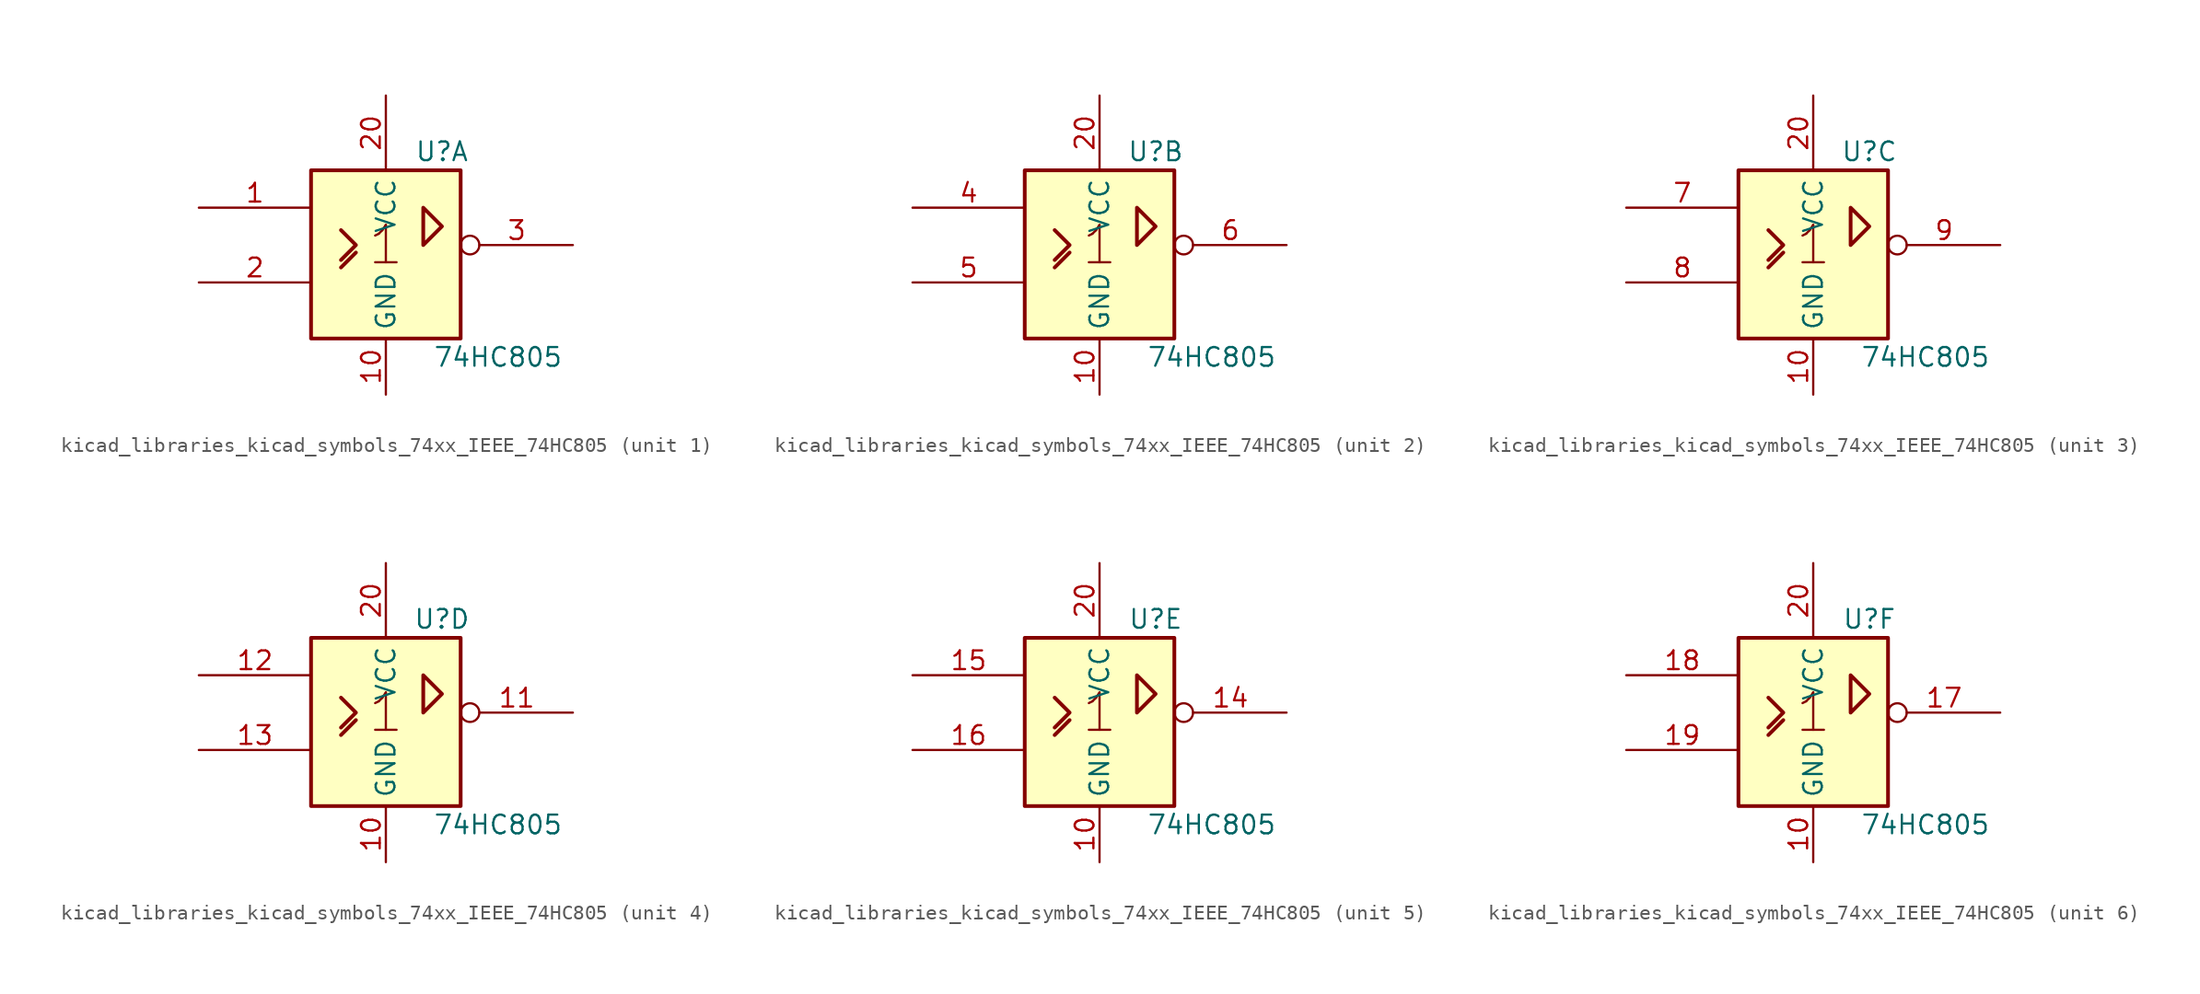
<source format=kicad_sym>
(kicad_symbol_lib
  (version 20220914)
  (generator kicad_symbol_editor)
  (symbol "kicad_libraries_kicad_symbols_74xx_IEEE_74HC805"
    (property "Reference" "U"
      (at 3.81 6.35 0)
      (effects (font (size 1.27 1.27))))
    (property "Value" "74HC805"
      (at 7.62 -7.62 0)
      (effects (font (size 1.27 1.27))))
    (symbol "kicad_libraries_kicad_symbols_74xx_IEEE_74HC805_0_1"
      (rectangle (start -5.08 5.08) (end 5.08 -6.35) (stroke (width 0.254) (type default)) (fill (type background)))
      (polyline (pts (xy -3.048 -1.524) (xy -2.032 -0.508) (xy -2.032 -0.508)) (stroke (width 0.254) (type default)) (fill (type background)))
      (polyline (pts (xy -3.048 1.016) (xy -2.032 0) (xy -3.048 -1.016) (xy -3.048 -1.016)) (stroke (width 0.254) (type default)) (fill (type background)))
      (polyline (pts (xy 2.54 0) (xy 2.54 2.54) (xy 3.81 1.27) (xy 2.54 0) (xy 2.54 0)) (stroke (width 0.254) (type default)) (fill (type background)))
      (text "1" (at 0 0 0) (effects (font (size 2.54 2.54))))
      (pin power_in line (at 0 -10.16 90) (length 3.81) (name "GND" (effects (font (size 1.27 1.27)))) (number "10" (effects (font (size 1.27 1.27)))))
      (pin power_in line (at 0 10.16 270) (length 5.08) (name "VCC" (effects (font (size 1.27 1.27)))) (number "20" (effects (font (size 1.27 1.27))))))
    (symbol "kicad_libraries_kicad_symbols_74xx_IEEE_74HC805_1_1"
      (pin input line (at -12.7 2.54 0) (length 7.62) (name "~" (effects (font (size 1.27 1.27)))) (number "1" (effects (font (size 1.27 1.27)))))
      (pin input line (at -12.7 -2.54 0) (length 7.62) (name "~" (effects (font (size 1.27 1.27)))) (number "2" (effects (font (size 1.27 1.27)))))
      (pin output inverted (at 12.7 0 180) (length 7.62) (name "~" (effects (font (size 1.27 1.27)))) (number "3" (effects (font (size 1.27 1.27))))))
    (symbol "kicad_libraries_kicad_symbols_74xx_IEEE_74HC805_2_1"
      (pin input line (at -12.7 2.54 0) (length 7.62) (name "~" (effects (font (size 1.27 1.27)))) (number "4" (effects (font (size 1.27 1.27)))))
      (pin input line (at -12.7 -2.54 0) (length 7.62) (name "~" (effects (font (size 1.27 1.27)))) (number "5" (effects (font (size 1.27 1.27)))))
      (pin output inverted (at 12.7 0 180) (length 7.62) (name "~" (effects (font (size 1.27 1.27)))) (number "6" (effects (font (size 1.27 1.27))))))
    (symbol "kicad_libraries_kicad_symbols_74xx_IEEE_74HC805_3_1"
      (pin input line (at -12.7 2.54 0) (length 7.62) (name "~" (effects (font (size 1.27 1.27)))) (number "7" (effects (font (size 1.27 1.27)))))
      (pin input line (at -12.7 -2.54 0) (length 7.62) (name "~" (effects (font (size 1.27 1.27)))) (number "8" (effects (font (size 1.27 1.27)))))
      (pin output inverted (at 12.7 0 180) (length 7.62) (name "~" (effects (font (size 1.27 1.27)))) (number "9" (effects (font (size 1.27 1.27))))))
    (symbol "kicad_libraries_kicad_symbols_74xx_IEEE_74HC805_4_1"
      (pin output inverted (at 12.7 0 180) (length 7.62) (name "~" (effects (font (size 1.27 1.27)))) (number "11" (effects (font (size 1.27 1.27)))))
      (pin input line (at -12.7 2.54 0) (length 7.62) (name "~" (effects (font (size 1.27 1.27)))) (number "12" (effects (font (size 1.27 1.27)))))
      (pin input line (at -12.7 -2.54 0) (length 7.62) (name "~" (effects (font (size 1.27 1.27)))) (number "13" (effects (font (size 1.27 1.27))))))
    (symbol "kicad_libraries_kicad_symbols_74xx_IEEE_74HC805_5_1"
      (pin output inverted (at 12.7 0 180) (length 7.62) (name "~" (effects (font (size 1.27 1.27)))) (number "14" (effects (font (size 1.27 1.27)))))
      (pin input line (at -12.7 2.54 0) (length 7.62) (name "~" (effects (font (size 1.27 1.27)))) (number "15" (effects (font (size 1.27 1.27)))))
      (pin input line (at -12.7 -2.54 0) (length 7.62) (name "~" (effects (font (size 1.27 1.27)))) (number "16" (effects (font (size 1.27 1.27))))))
    (symbol "kicad_libraries_kicad_symbols_74xx_IEEE_74HC805_6_1"
      (pin output inverted (at 12.7 0 180) (length 7.62) (name "~" (effects (font (size 1.27 1.27)))) (number "17" (effects (font (size 1.27 1.27)))))
      (pin input line (at -12.7 2.54 0) (length 7.62) (name "~" (effects (font (size 1.27 1.27)))) (number "18" (effects (font (size 1.27 1.27)))))
      (pin input line (at -12.7 -2.54 0) (length 7.62) (name "~" (effects (font (size 1.27 1.27)))) (number "19" (effects (font (size 1.27 1.27))))))))
</source>
